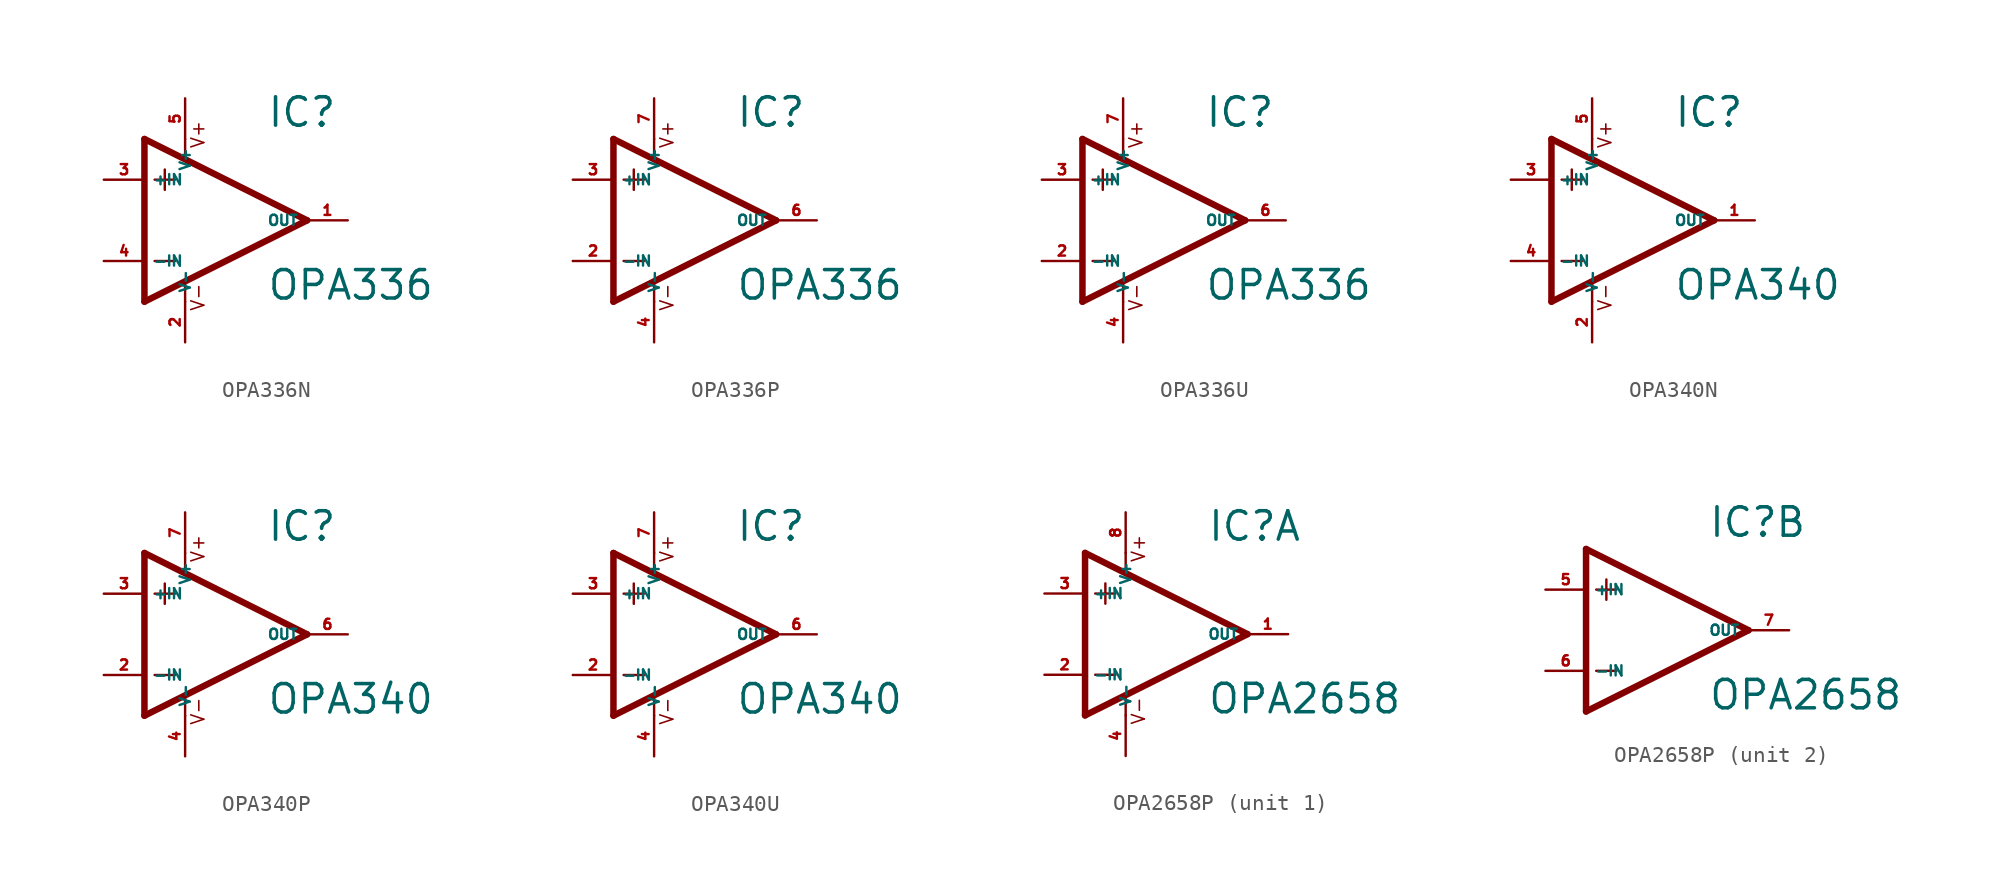
<source format=kicad_sym>
(kicad_symbol_lib
  (version 20220914)
  (generator Eagle2Kicad)
  (symbol "OPA336N"
    (property "Reference" "IC"
      (at 2.54 5.715 0)
      (effects (font (size 1.778 1.778) (thickness 0.22)) (justify left bottom)))
    (property "Value" "OPA336"
      (at 2.54 -5.08 0)
      (effects (font (size 1.778 1.778) (thickness 0.22)) (justify left bottom)))
    (polyline
      (pts (xy -3.81 3.175) (xy -3.81 1.905))
      (stroke (width 0.152) (type default))
      (fill (type none)))
    (polyline
      (pts (xy -4.445 2.54) (xy -3.175 2.54))
      (stroke (width 0.152) (type default))
      (fill (type none)))
    (polyline
      (pts (xy -4.445 -2.54) (xy -3.175 -2.54))
      (stroke (width 0.152) (type default))
      (fill (type none)))
    (polyline
      (pts (xy -2.54 5.08) (xy -2.54 3.886))
      (stroke (width 0.152) (type default))
      (fill (type none)))
    (polyline
      (pts (xy -2.54 -3.912) (xy -2.54 -5.08))
      (stroke (width 0.152) (type default))
      (fill (type none)))
    (polyline
      (pts (xy 5.08 0) (xy -5.08 5.08))
      (stroke (width 0.406) (type default))
      (fill (type none)))
    (polyline
      (pts (xy -5.08 5.08) (xy -5.08 -5.08))
      (stroke (width 0.406) (type default))
      (fill (type none)))
    (polyline
      (pts (xy -5.08 -5.08) (xy 5.08 0))
      (stroke (width 0.406) (type default))
      (fill (type none)))
    (text "V+"
      (at -1.27 4.445 900)
      (effects (font (size 0.813 0.813) (thickness 0.10)) (justify left bottom)))
    (text "V-"
      (at -1.27 -5.715 900)
      (effects (font (size 0.813 0.813) (thickness 0.10)) (justify left bottom)))
    (pin input line
      (at -7.62 -2.54 0)
      (length 2.54)
      (name "-IN" (effects (font (size 0.635 0.635) (thickness 0.08)) (justify left bottom)))
      (number "4" (effects (font (size 0.635 0.635) (thickness 0.08)) (justify left bottom))))
    (pin input line
      (at -7.62 2.54 0)
      (length 2.54)
      (name "+IN" (effects (font (size 0.635 0.635) (thickness 0.08)) (justify left bottom)))
      (number "3" (effects (font (size 0.635 0.635) (thickness 0.08)) (justify left bottom))))
    (pin output line
      (at 7.62 0 180)
      (length 2.54)
      (name "OUT" (effects (font (size 0.635 0.635) (thickness 0.08)) (justify left bottom)))
      (number "1" (effects (font (size 0.635 0.635) (thickness 0.08)) (justify left bottom))))
    (pin unspecified line
      (at -2.54 7.62 270)
      (length 2.54)
      (name "V+" (effects (font (size 0.635 0.635) (thickness 0.08)) (justify left bottom)))
      (number "5" (effects (font (size 0.635 0.635) (thickness 0.08)) (justify left bottom))))
    (pin unspecified line
      (at -2.54 -7.62 90)
      (length 2.54)
      (name "V-" (effects (font (size 0.635 0.635) (thickness 0.08)) (justify left bottom)))
      (number "2" (effects (font (size 0.635 0.635) (thickness 0.08)) (justify left bottom)))))
  (symbol "OPA336P"
    (property "Reference" "IC"
      (at 2.54 5.715 0)
      (effects (font (size 1.778 1.778) (thickness 0.22)) (justify left bottom)))
    (property "Value" "OPA336"
      (at 2.54 -5.08 0)
      (effects (font (size 1.778 1.778) (thickness 0.22)) (justify left bottom)))
    (polyline
      (pts (xy -3.81 3.175) (xy -3.81 1.905))
      (stroke (width 0.152) (type default))
      (fill (type none)))
    (polyline
      (pts (xy -4.445 2.54) (xy -3.175 2.54))
      (stroke (width 0.152) (type default))
      (fill (type none)))
    (polyline
      (pts (xy -4.445 -2.54) (xy -3.175 -2.54))
      (stroke (width 0.152) (type default))
      (fill (type none)))
    (polyline
      (pts (xy -2.54 5.08) (xy -2.54 3.886))
      (stroke (width 0.152) (type default))
      (fill (type none)))
    (polyline
      (pts (xy -2.54 -3.912) (xy -2.54 -5.08))
      (stroke (width 0.152) (type default))
      (fill (type none)))
    (polyline
      (pts (xy 5.08 0) (xy -5.08 5.08))
      (stroke (width 0.406) (type default))
      (fill (type none)))
    (polyline
      (pts (xy -5.08 5.08) (xy -5.08 -5.08))
      (stroke (width 0.406) (type default))
      (fill (type none)))
    (polyline
      (pts (xy -5.08 -5.08) (xy 5.08 0))
      (stroke (width 0.406) (type default))
      (fill (type none)))
    (text "V+"
      (at -1.27 4.445 900)
      (effects (font (size 0.813 0.813) (thickness 0.10)) (justify left bottom)))
    (text "V-"
      (at -1.27 -5.715 900)
      (effects (font (size 0.813 0.813) (thickness 0.10)) (justify left bottom)))
    (pin input line
      (at -7.62 -2.54 0)
      (length 2.54)
      (name "-IN" (effects (font (size 0.635 0.635) (thickness 0.08)) (justify left bottom)))
      (number "2" (effects (font (size 0.635 0.635) (thickness 0.08)) (justify left bottom))))
    (pin input line
      (at -7.62 2.54 0)
      (length 2.54)
      (name "+IN" (effects (font (size 0.635 0.635) (thickness 0.08)) (justify left bottom)))
      (number "3" (effects (font (size 0.635 0.635) (thickness 0.08)) (justify left bottom))))
    (pin output line
      (at 7.62 0 180)
      (length 2.54)
      (name "OUT" (effects (font (size 0.635 0.635) (thickness 0.08)) (justify left bottom)))
      (number "6" (effects (font (size 0.635 0.635) (thickness 0.08)) (justify left bottom))))
    (pin unspecified line
      (at -2.54 7.62 270)
      (length 2.54)
      (name "V+" (effects (font (size 0.635 0.635) (thickness 0.08)) (justify left bottom)))
      (number "7" (effects (font (size 0.635 0.635) (thickness 0.08)) (justify left bottom))))
    (pin unspecified line
      (at -2.54 -7.62 90)
      (length 2.54)
      (name "V-" (effects (font (size 0.635 0.635) (thickness 0.08)) (justify left bottom)))
      (number "4" (effects (font (size 0.635 0.635) (thickness 0.08)) (justify left bottom)))))
  (symbol "OPA336U"
    (property "Reference" "IC"
      (at 2.54 5.715 0)
      (effects (font (size 1.778 1.778) (thickness 0.22)) (justify left bottom)))
    (property "Value" "OPA336"
      (at 2.54 -5.08 0)
      (effects (font (size 1.778 1.778) (thickness 0.22)) (justify left bottom)))
    (polyline
      (pts (xy -3.81 3.175) (xy -3.81 1.905))
      (stroke (width 0.152) (type default))
      (fill (type none)))
    (polyline
      (pts (xy -4.445 2.54) (xy -3.175 2.54))
      (stroke (width 0.152) (type default))
      (fill (type none)))
    (polyline
      (pts (xy -4.445 -2.54) (xy -3.175 -2.54))
      (stroke (width 0.152) (type default))
      (fill (type none)))
    (polyline
      (pts (xy -2.54 5.08) (xy -2.54 3.886))
      (stroke (width 0.152) (type default))
      (fill (type none)))
    (polyline
      (pts (xy -2.54 -3.912) (xy -2.54 -5.08))
      (stroke (width 0.152) (type default))
      (fill (type none)))
    (polyline
      (pts (xy 5.08 0) (xy -5.08 5.08))
      (stroke (width 0.406) (type default))
      (fill (type none)))
    (polyline
      (pts (xy -5.08 5.08) (xy -5.08 -5.08))
      (stroke (width 0.406) (type default))
      (fill (type none)))
    (polyline
      (pts (xy -5.08 -5.08) (xy 5.08 0))
      (stroke (width 0.406) (type default))
      (fill (type none)))
    (text "V+"
      (at -1.27 4.445 900)
      (effects (font (size 0.813 0.813) (thickness 0.10)) (justify left bottom)))
    (text "V-"
      (at -1.27 -5.715 900)
      (effects (font (size 0.813 0.813) (thickness 0.10)) (justify left bottom)))
    (pin input line
      (at -7.62 -2.54 0)
      (length 2.54)
      (name "-IN" (effects (font (size 0.635 0.635) (thickness 0.08)) (justify left bottom)))
      (number "2" (effects (font (size 0.635 0.635) (thickness 0.08)) (justify left bottom))))
    (pin input line
      (at -7.62 2.54 0)
      (length 2.54)
      (name "+IN" (effects (font (size 0.635 0.635) (thickness 0.08)) (justify left bottom)))
      (number "3" (effects (font (size 0.635 0.635) (thickness 0.08)) (justify left bottom))))
    (pin output line
      (at 7.62 0 180)
      (length 2.54)
      (name "OUT" (effects (font (size 0.635 0.635) (thickness 0.08)) (justify left bottom)))
      (number "6" (effects (font (size 0.635 0.635) (thickness 0.08)) (justify left bottom))))
    (pin unspecified line
      (at -2.54 7.62 270)
      (length 2.54)
      (name "V+" (effects (font (size 0.635 0.635) (thickness 0.08)) (justify left bottom)))
      (number "7" (effects (font (size 0.635 0.635) (thickness 0.08)) (justify left bottom))))
    (pin unspecified line
      (at -2.54 -7.62 90)
      (length 2.54)
      (name "V-" (effects (font (size 0.635 0.635) (thickness 0.08)) (justify left bottom)))
      (number "4" (effects (font (size 0.635 0.635) (thickness 0.08)) (justify left bottom)))))
  (symbol "OPA340N"
    (property "Reference" "IC"
      (at 2.54 5.715 0)
      (effects (font (size 1.778 1.778) (thickness 0.22)) (justify left bottom)))
    (property "Value" "OPA340"
      (at 2.54 -5.08 0)
      (effects (font (size 1.778 1.778) (thickness 0.22)) (justify left bottom)))
    (polyline
      (pts (xy -3.81 3.175) (xy -3.81 1.905))
      (stroke (width 0.152) (type default))
      (fill (type none)))
    (polyline
      (pts (xy -4.445 2.54) (xy -3.175 2.54))
      (stroke (width 0.152) (type default))
      (fill (type none)))
    (polyline
      (pts (xy -4.445 -2.54) (xy -3.175 -2.54))
      (stroke (width 0.152) (type default))
      (fill (type none)))
    (polyline
      (pts (xy -2.54 5.08) (xy -2.54 3.886))
      (stroke (width 0.152) (type default))
      (fill (type none)))
    (polyline
      (pts (xy -2.54 -3.912) (xy -2.54 -5.08))
      (stroke (width 0.152) (type default))
      (fill (type none)))
    (polyline
      (pts (xy 5.08 0) (xy -5.08 5.08))
      (stroke (width 0.406) (type default))
      (fill (type none)))
    (polyline
      (pts (xy -5.08 5.08) (xy -5.08 -5.08))
      (stroke (width 0.406) (type default))
      (fill (type none)))
    (polyline
      (pts (xy -5.08 -5.08) (xy 5.08 0))
      (stroke (width 0.406) (type default))
      (fill (type none)))
    (text "V+"
      (at -1.27 4.445 900)
      (effects (font (size 0.813 0.813) (thickness 0.10)) (justify left bottom)))
    (text "V-"
      (at -1.27 -5.715 900)
      (effects (font (size 0.813 0.813) (thickness 0.10)) (justify left bottom)))
    (pin input line
      (at -7.62 -2.54 0)
      (length 2.54)
      (name "-IN" (effects (font (size 0.635 0.635) (thickness 0.08)) (justify left bottom)))
      (number "4" (effects (font (size 0.635 0.635) (thickness 0.08)) (justify left bottom))))
    (pin input line
      (at -7.62 2.54 0)
      (length 2.54)
      (name "+IN" (effects (font (size 0.635 0.635) (thickness 0.08)) (justify left bottom)))
      (number "3" (effects (font (size 0.635 0.635) (thickness 0.08)) (justify left bottom))))
    (pin output line
      (at 7.62 0 180)
      (length 2.54)
      (name "OUT" (effects (font (size 0.635 0.635) (thickness 0.08)) (justify left bottom)))
      (number "1" (effects (font (size 0.635 0.635) (thickness 0.08)) (justify left bottom))))
    (pin unspecified line
      (at -2.54 7.62 270)
      (length 2.54)
      (name "V+" (effects (font (size 0.635 0.635) (thickness 0.08)) (justify left bottom)))
      (number "5" (effects (font (size 0.635 0.635) (thickness 0.08)) (justify left bottom))))
    (pin unspecified line
      (at -2.54 -7.62 90)
      (length 2.54)
      (name "V-" (effects (font (size 0.635 0.635) (thickness 0.08)) (justify left bottom)))
      (number "2" (effects (font (size 0.635 0.635) (thickness 0.08)) (justify left bottom)))))
  (symbol "OPA340P"
    (property "Reference" "IC"
      (at 2.54 5.715 0)
      (effects (font (size 1.778 1.778) (thickness 0.22)) (justify left bottom)))
    (property "Value" "OPA340"
      (at 2.54 -5.08 0)
      (effects (font (size 1.778 1.778) (thickness 0.22)) (justify left bottom)))
    (polyline
      (pts (xy -3.81 3.175) (xy -3.81 1.905))
      (stroke (width 0.152) (type default))
      (fill (type none)))
    (polyline
      (pts (xy -4.445 2.54) (xy -3.175 2.54))
      (stroke (width 0.152) (type default))
      (fill (type none)))
    (polyline
      (pts (xy -4.445 -2.54) (xy -3.175 -2.54))
      (stroke (width 0.152) (type default))
      (fill (type none)))
    (polyline
      (pts (xy -2.54 5.08) (xy -2.54 3.886))
      (stroke (width 0.152) (type default))
      (fill (type none)))
    (polyline
      (pts (xy -2.54 -3.912) (xy -2.54 -5.08))
      (stroke (width 0.152) (type default))
      (fill (type none)))
    (polyline
      (pts (xy 5.08 0) (xy -5.08 5.08))
      (stroke (width 0.406) (type default))
      (fill (type none)))
    (polyline
      (pts (xy -5.08 5.08) (xy -5.08 -5.08))
      (stroke (width 0.406) (type default))
      (fill (type none)))
    (polyline
      (pts (xy -5.08 -5.08) (xy 5.08 0))
      (stroke (width 0.406) (type default))
      (fill (type none)))
    (text "V+"
      (at -1.27 4.445 900)
      (effects (font (size 0.813 0.813) (thickness 0.10)) (justify left bottom)))
    (text "V-"
      (at -1.27 -5.715 900)
      (effects (font (size 0.813 0.813) (thickness 0.10)) (justify left bottom)))
    (pin input line
      (at -7.62 -2.54 0)
      (length 2.54)
      (name "-IN" (effects (font (size 0.635 0.635) (thickness 0.08)) (justify left bottom)))
      (number "2" (effects (font (size 0.635 0.635) (thickness 0.08)) (justify left bottom))))
    (pin input line
      (at -7.62 2.54 0)
      (length 2.54)
      (name "+IN" (effects (font (size 0.635 0.635) (thickness 0.08)) (justify left bottom)))
      (number "3" (effects (font (size 0.635 0.635) (thickness 0.08)) (justify left bottom))))
    (pin output line
      (at 7.62 0 180)
      (length 2.54)
      (name "OUT" (effects (font (size 0.635 0.635) (thickness 0.08)) (justify left bottom)))
      (number "6" (effects (font (size 0.635 0.635) (thickness 0.08)) (justify left bottom))))
    (pin unspecified line
      (at -2.54 7.62 270)
      (length 2.54)
      (name "V+" (effects (font (size 0.635 0.635) (thickness 0.08)) (justify left bottom)))
      (number "7" (effects (font (size 0.635 0.635) (thickness 0.08)) (justify left bottom))))
    (pin unspecified line
      (at -2.54 -7.62 90)
      (length 2.54)
      (name "V-" (effects (font (size 0.635 0.635) (thickness 0.08)) (justify left bottom)))
      (number "4" (effects (font (size 0.635 0.635) (thickness 0.08)) (justify left bottom)))))
  (symbol "OPA340U"
    (property "Reference" "IC"
      (at 2.54 5.715 0)
      (effects (font (size 1.778 1.778) (thickness 0.22)) (justify left bottom)))
    (property "Value" "OPA340"
      (at 2.54 -5.08 0)
      (effects (font (size 1.778 1.778) (thickness 0.22)) (justify left bottom)))
    (polyline
      (pts (xy -3.81 3.175) (xy -3.81 1.905))
      (stroke (width 0.152) (type default))
      (fill (type none)))
    (polyline
      (pts (xy -4.445 2.54) (xy -3.175 2.54))
      (stroke (width 0.152) (type default))
      (fill (type none)))
    (polyline
      (pts (xy -4.445 -2.54) (xy -3.175 -2.54))
      (stroke (width 0.152) (type default))
      (fill (type none)))
    (polyline
      (pts (xy -2.54 5.08) (xy -2.54 3.886))
      (stroke (width 0.152) (type default))
      (fill (type none)))
    (polyline
      (pts (xy -2.54 -3.912) (xy -2.54 -5.08))
      (stroke (width 0.152) (type default))
      (fill (type none)))
    (polyline
      (pts (xy 5.08 0) (xy -5.08 5.08))
      (stroke (width 0.406) (type default))
      (fill (type none)))
    (polyline
      (pts (xy -5.08 5.08) (xy -5.08 -5.08))
      (stroke (width 0.406) (type default))
      (fill (type none)))
    (polyline
      (pts (xy -5.08 -5.08) (xy 5.08 0))
      (stroke (width 0.406) (type default))
      (fill (type none)))
    (text "V+"
      (at -1.27 4.445 900)
      (effects (font (size 0.813 0.813) (thickness 0.10)) (justify left bottom)))
    (text "V-"
      (at -1.27 -5.715 900)
      (effects (font (size 0.813 0.813) (thickness 0.10)) (justify left bottom)))
    (pin input line
      (at -7.62 -2.54 0)
      (length 2.54)
      (name "-IN" (effects (font (size 0.635 0.635) (thickness 0.08)) (justify left bottom)))
      (number "2" (effects (font (size 0.635 0.635) (thickness 0.08)) (justify left bottom))))
    (pin input line
      (at -7.62 2.54 0)
      (length 2.54)
      (name "+IN" (effects (font (size 0.635 0.635) (thickness 0.08)) (justify left bottom)))
      (number "3" (effects (font (size 0.635 0.635) (thickness 0.08)) (justify left bottom))))
    (pin output line
      (at 7.62 0 180)
      (length 2.54)
      (name "OUT" (effects (font (size 0.635 0.635) (thickness 0.08)) (justify left bottom)))
      (number "6" (effects (font (size 0.635 0.635) (thickness 0.08)) (justify left bottom))))
    (pin unspecified line
      (at -2.54 7.62 270)
      (length 2.54)
      (name "V+" (effects (font (size 0.635 0.635) (thickness 0.08)) (justify left bottom)))
      (number "7" (effects (font (size 0.635 0.635) (thickness 0.08)) (justify left bottom))))
    (pin unspecified line
      (at -2.54 -7.62 90)
      (length 2.54)
      (name "V-" (effects (font (size 0.635 0.635) (thickness 0.08)) (justify left bottom)))
      (number "4" (effects (font (size 0.635 0.635) (thickness 0.08)) (justify left bottom)))))
  (symbol "OPA2658P"
    (property "Reference" "IC"
      (at 2.54 5.715 0)
      (effects (font (size 1.778 1.778) (thickness 0.22)) (justify left bottom)))
    (property "Value" "OPA2658"
      (at 2.54 -5.08 0)
      (effects (font (size 1.778 1.778) (thickness 0.22)) (justify left bottom)))
    (symbol "OPA2658P_1_0"
      (polyline (pts (xy -3.81 3.175) (xy -3.81 1.905)) (stroke (width 0.152) (type default)) (fill (type none)))
      (polyline (pts (xy -4.445 2.54) (xy -3.175 2.54)) (stroke (width 0.152) (type default)) (fill (type none)))
      (polyline (pts (xy -4.445 -2.54) (xy -3.175 -2.54)) (stroke (width 0.152) (type default)) (fill (type none)))
      (polyline (pts (xy -2.54 5.08) (xy -2.54 3.886)) (stroke (width 0.152) (type default)) (fill (type none)))
      (polyline (pts (xy -2.54 -3.912) (xy -2.54 -5.08)) (stroke (width 0.152) (type default)) (fill (type none)))
      (polyline (pts (xy 5.08 0) (xy -5.08 5.08)) (stroke (width 0.406) (type default)) (fill (type none)))
      (polyline (pts (xy -5.08 5.08) (xy -5.08 -5.08)) (stroke (width 0.406) (type default)) (fill (type none)))
      (polyline (pts (xy -5.08 -5.08) (xy 5.08 0)) (stroke (width 0.406) (type default)) (fill (type none)))
      (text "V+" (at -1.27 4.445 900) (effects (font (size 0.813 0.813) (thickness 0.10)) (justify left bottom)))
      (text "V-" (at -1.27 -5.715 900) (effects (font (size 0.813 0.813) (thickness 0.10)) (justify left bottom)))
      (pin input line (at -7.62 -2.54 0) (length 2.54) (name "-IN" (effects (font (size 0.635 0.635) (thickness 0.08)) (justify left bottom))) (number "2" (effects (font (size 0.635 0.635) (thickness 0.08)) (justify left bottom))))
      (pin input line (at -7.62 2.54 0) (length 2.54) (name "+IN" (effects (font (size 0.635 0.635) (thickness 0.08)) (justify left bottom))) (number "3" (effects (font (size 0.635 0.635) (thickness 0.08)) (justify left bottom))))
      (pin output line (at 7.62 0 180) (length 2.54) (name "OUT" (effects (font (size 0.635 0.635) (thickness 0.08)) (justify left bottom))) (number "1" (effects (font (size 0.635 0.635) (thickness 0.08)) (justify left bottom))))
      (pin unspecified line (at -2.54 7.62 270) (length 2.54) (name "V+" (effects (font (size 0.635 0.635) (thickness 0.08)) (justify left bottom))) (number "8" (effects (font (size 0.635 0.635) (thickness 0.08)) (justify left bottom))))
      (pin unspecified line (at -2.54 -7.62 90) (length 2.54) (name "V-" (effects (font (size 0.635 0.635) (thickness 0.08)) (justify left bottom))) (number "4" (effects (font (size 0.635 0.635) (thickness 0.08)) (justify left bottom)))))
    (symbol "OPA2658P_2_0"
      (polyline (pts (xy -3.81 3.175) (xy -3.81 1.905)) (stroke (width 0.152) (type default)) (fill (type none)))
      (polyline (pts (xy -4.445 2.54) (xy -3.175 2.54)) (stroke (width 0.152) (type default)) (fill (type none)))
      (polyline (pts (xy -4.445 -2.54) (xy -3.175 -2.54)) (stroke (width 0.152) (type default)) (fill (type none)))
      (polyline (pts (xy 5.08 0) (xy -5.08 5.08)) (stroke (width 0.406) (type default)) (fill (type none)))
      (polyline (pts (xy -5.08 5.08) (xy -5.08 -5.08)) (stroke (width 0.406) (type default)) (fill (type none)))
      (polyline (pts (xy -5.08 -5.08) (xy 5.08 0)) (stroke (width 0.406) (type default)) (fill (type none)))
      (pin input line (at -7.62 -2.54 0) (length 2.54) (name "-IN" (effects (font (size 0.635 0.635) (thickness 0.08)) (justify left bottom))) (number "6" (effects (font (size 0.635 0.635) (thickness 0.08)) (justify left bottom))))
      (pin input line (at -7.62 2.54 0) (length 2.54) (name "+IN" (effects (font (size 0.635 0.635) (thickness 0.08)) (justify left bottom))) (number "5" (effects (font (size 0.635 0.635) (thickness 0.08)) (justify left bottom))))
      (pin output line (at 7.62 0 180) (length 2.54) (name "OUT" (effects (font (size 0.635 0.635) (thickness 0.08)) (justify left bottom))) (number "7" (effects (font (size 0.635 0.635) (thickness 0.08)) (justify left bottom)))))))
</source>
